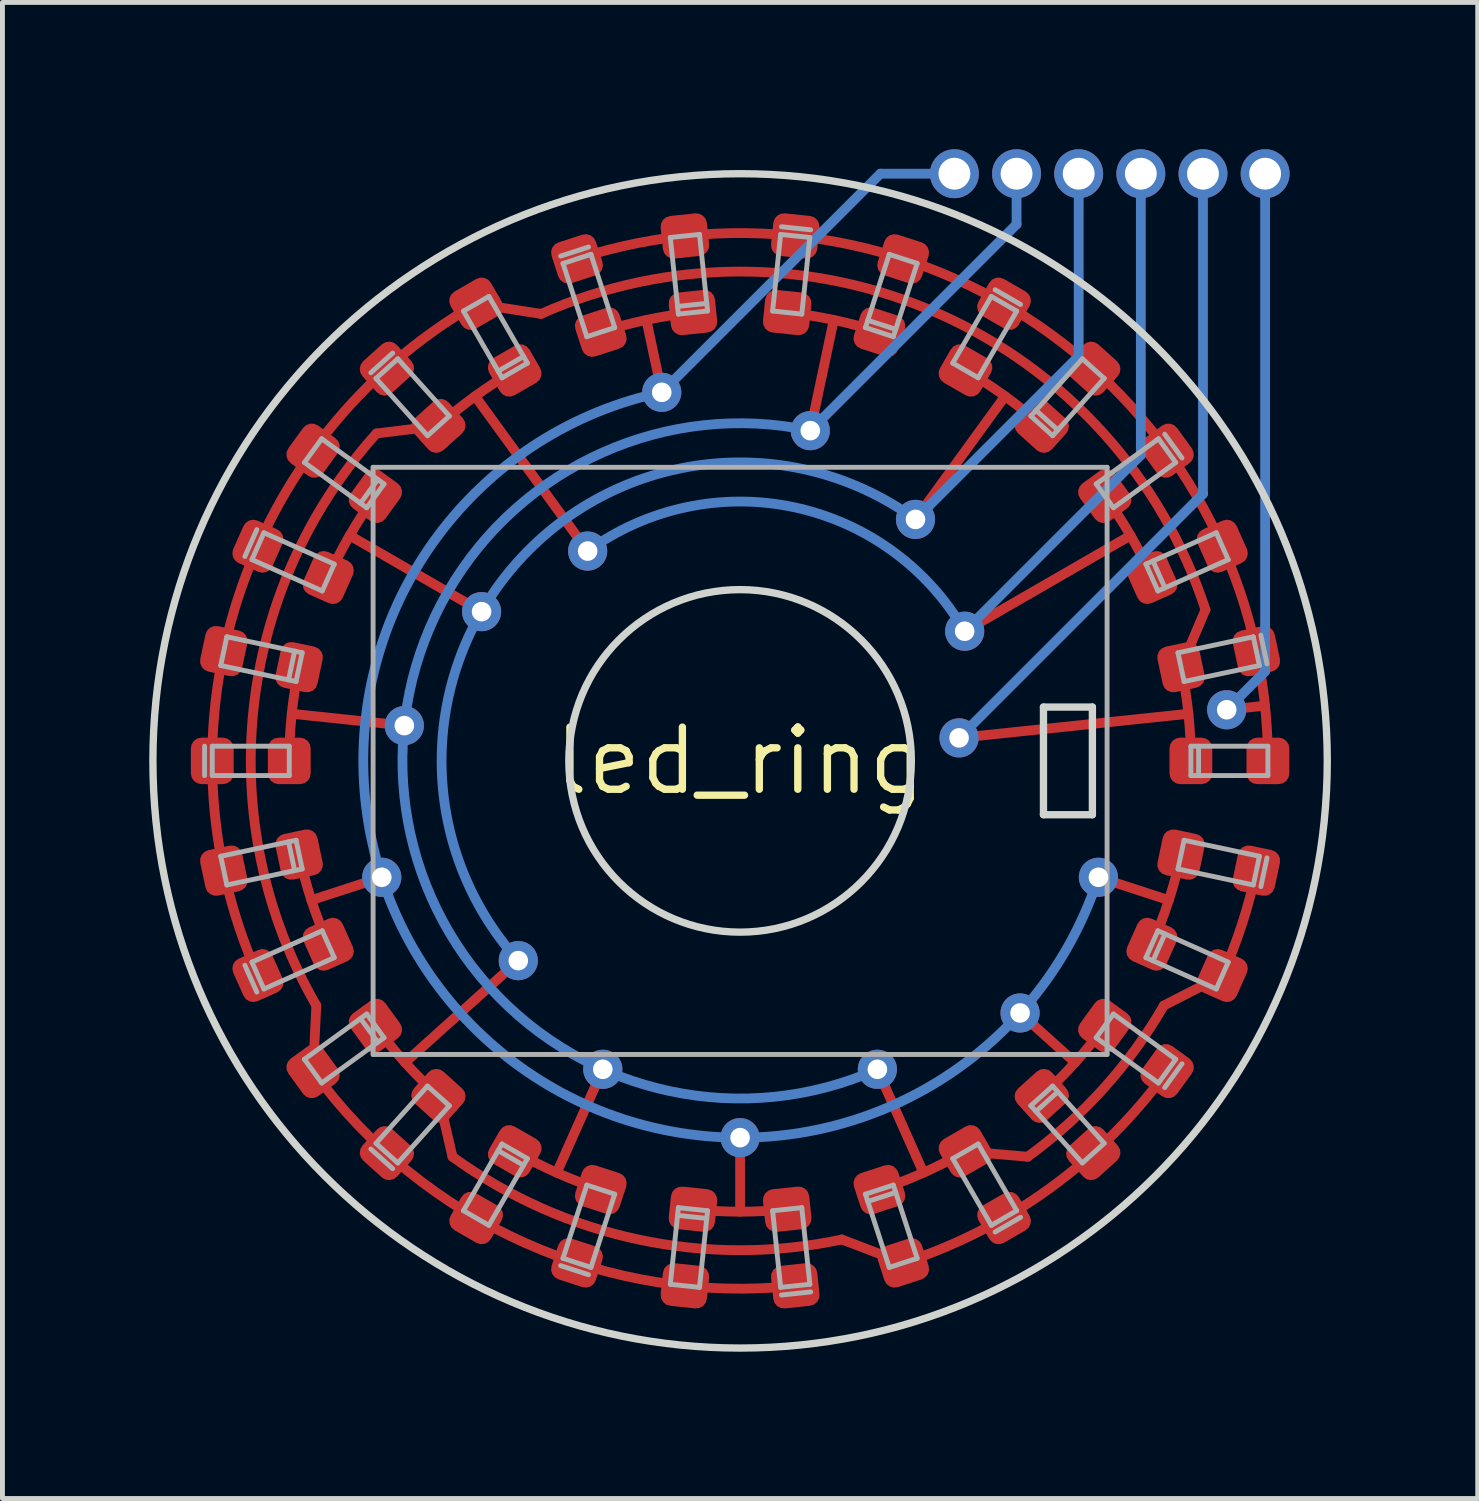
<source format=kicad_pcb>
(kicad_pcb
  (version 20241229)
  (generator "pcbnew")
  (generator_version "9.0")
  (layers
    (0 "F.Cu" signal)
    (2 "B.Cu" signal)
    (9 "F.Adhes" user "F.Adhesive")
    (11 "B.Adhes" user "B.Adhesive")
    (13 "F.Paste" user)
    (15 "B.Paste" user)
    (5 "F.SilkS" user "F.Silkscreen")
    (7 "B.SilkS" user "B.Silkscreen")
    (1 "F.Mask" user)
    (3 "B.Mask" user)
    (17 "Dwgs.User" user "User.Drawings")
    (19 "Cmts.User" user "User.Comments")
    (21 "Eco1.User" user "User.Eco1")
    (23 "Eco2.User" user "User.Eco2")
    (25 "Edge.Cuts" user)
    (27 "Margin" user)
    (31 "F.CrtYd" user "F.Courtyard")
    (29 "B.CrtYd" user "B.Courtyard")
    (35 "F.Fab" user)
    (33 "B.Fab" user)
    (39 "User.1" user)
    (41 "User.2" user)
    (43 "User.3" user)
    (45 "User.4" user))
  (footprint "led_ring"
    (layer "F.Cu")
    (at 12.075 12.5)
    (property "Reference" "led_ring" (at 0 0 0) (layer "F.SilkS") (effects (font (size 1.27 1.27) (thickness 0.15))))
    (attr smd)
    (fp_line (start -8.727 6.34) (end -8.66 5) (stroke (width 0.2) (type solid)) (layer "F.Cu"))
    (fp_line (start -7.323 2.379) (end -8.762 2.847) (stroke (width 0.2) (type solid)) (layer "F.Cu"))
    (fp_line (start -6.862 -0.721) (end -9.163 -0.963) (stroke (width 0.2) (type solid)) (layer "F.Cu"))
    (fp_line (start -6.165 -6.847) (end -7.431 -6.691) (stroke (width 0.2) (type solid)) (layer "F.Cu"))
    (fp_line (start -6.165 6.847) (end -5.878 8.09) (stroke (width 0.2) (type solid)) (layer "F.Cu"))
    (fp_line (start -5.394 -9.342) (end -4.067 -9.135) (stroke (width 0.2) (type solid)) (layer "F.Cu"))
    (fp_line (start -5.283 -3.05) (end -7.979 -4.606) (stroke (width 0.2) (type solid)) (layer "F.Cu"))
    (fp_line (start -4.533 4.082) (end -6.847 6.165) (stroke (width 0.2) (type solid)) (layer "F.Cu"))
    (fp_line (start -3.115 -4.288) (end -5.415 -7.453) (stroke (width 0.2) (type solid)) (layer "F.Cu"))
    (fp_line (start -2.806 6.303) (end -3.747 8.416) (stroke (width 0.2) (type solid)) (layer "F.Cu"))
    (fp_line (start -1.601 -7.532) (end -1.915 -9.012) (stroke (width 0.2) (type solid)) (layer "F.Cu"))
    (fp_line (start 0 7.7) (end 0 9.213) (stroke (width 0.2) (type solid)) (layer "F.Cu"))
    (fp_line (start 1.435 -6.749) (end 1.915 -9.012) (stroke (width 0.2) (type solid)) (layer "F.Cu"))
    (fp_line (start 2.806 6.303) (end 3.747 8.416) (stroke (width 0.2) (type solid)) (layer "F.Cu"))
    (fp_line (start 3.333 10.259) (end 2.079 9.781) (stroke (width 0.2) (type solid)) (layer "F.Cu"))
    (fp_line (start 3.585 -4.935) (end 5.415 -7.453) (stroke (width 0.2) (type solid)) (layer "F.Cu"))
    (fp_line (start 4.475 -0.47) (end 9.163 -0.963) (stroke (width 0.2) (type solid)) (layer "F.Cu"))
    (fp_line (start 4.59 -2.65) (end 7.979 -4.606) (stroke (width 0.2) (type solid)) (layer "F.Cu"))
    (fp_line (start 4.606 7.979) (end 5.878 8.09) (stroke (width 0.2) (type solid)) (layer "F.Cu"))
    (fp_line (start 5.722 5.152) (end 6.847 6.165) (stroke (width 0.2) (type solid)) (layer "F.Cu"))
    (fp_line (start 7.323 2.379) (end 8.762 2.847) (stroke (width 0.2) (type solid)) (layer "F.Cu"))
    (fp_line (start 9.012 -1.915) (end 9.511 -3.09) (stroke (width 0.2) (type solid)) (layer "F.Cu"))
    (fp_line (start 9.854 4.387) (end 8.66 5) (stroke (width 0.2) (type solid)) (layer "F.Cu"))
    (fp_line (start 10.728 -1.128) (end 9.945 -1.045) (stroke (width 0.2) (type solid)) (layer "F.Cu"))
    (fp_arc (start -9.854415 4.387468) (mid -10.259047 -3.333366) (end -5.3935 -9.341816) (stroke (width 0.2) (type solid)) (layer "F.Cu"))
    (fp_arc (start -9.213 0) (mid -9.16253 -0.963021) (end -9.011674 -1.91549) (stroke (width 0.2) (type solid)) (layer "F.Cu"))
    (fp_arc (start -8.660254 5) (mid -9.945219 -1.045285) (end -7.431448 -6.691306) (stroke (width 0.2) (type solid)) (layer "F.Cu"))
    (fp_arc (start -8.416494 -3.747265) (mid -7.978692 -4.6065) (end -7.453474 -5.415266) (stroke (width 0.2) (type solid)) (layer "F.Cu"))
    (fp_arc (start -8.416494 3.747265) (mid -8.762084 2.846974) (end -9.011674 1.91549) (stroke (width 0.2) (type solid)) (layer "F.Cu"))
    (fp_arc (start -6.1647 -6.846593) (mid -5.415266 -7.453474) (end -4.6065 -7.978692) (stroke (width 0.2) (type solid)) (layer "F.Cu"))
    (fp_arc (start -6.1647 6.846593) (mid -6.846593 6.1647) (end -7.453474 5.415266) (stroke (width 0.2) (type solid)) (layer "F.Cu"))
    (fp_arc (start -4.067366 -9.135455) (mid 4.067366 -9.135455) (end 9.510565 -3.09017) (stroke (width 0.2) (type solid)) (layer "F.Cu"))
    (fp_arc (start -3.333366 -10.259047) (mid 6.34044 -8.726866) (end 10.787 0) (stroke (width 0.2) (type solid)) (layer "F.Cu"))
    (fp_arc (start -2.846974 -8.762084) (mid -1.91549 -9.011674) (end -0.963021 -9.16253) (stroke (width 0.2) (type solid)) (layer "F.Cu"))
    (fp_arc (start -2.846974 8.762084) (mid -3.747265 8.416494) (end -4.6065 7.978692) (stroke (width 0.2) (type solid)) (layer "F.Cu"))
    (fp_arc (start 0.963021 -9.16253) (mid 1.91549 -9.011674) (end 2.846974 -8.762084) (stroke (width 0.2) (type solid)) (layer "F.Cu"))
    (fp_arc (start 0.963021 9.16253) (mid 0 9.213) (end -0.963021 9.16253) (stroke (width 0.2) (type solid)) (layer "F.Cu"))
    (fp_arc (start 1.127549 10.727908) (mid -4.387468 9.854415) (end -8.726866 6.34044) (stroke (width 0.2) (type solid)) (layer "F.Cu"))
    (fp_arc (start 2.079117 9.781476) (mid -2.079117 9.781476) (end -5.877853 8.09017) (stroke (width 0.2) (type solid)) (layer "F.Cu"))
    (fp_arc (start 4.6065 -7.978692) (mid 5.415266 -7.453474) (end 6.1647 -6.846593) (stroke (width 0.2) (type solid)) (layer "F.Cu"))
    (fp_arc (start 4.6065 7.978692) (mid 3.747265 8.416494) (end 2.846974 8.762084) (stroke (width 0.2) (type solid)) (layer "F.Cu"))
    (fp_arc (start 7.453474 -5.415266) (mid 7.978692 -4.6065) (end 8.416494 -3.747265) (stroke (width 0.2) (type solid)) (layer "F.Cu"))
    (fp_arc (start 7.453474 5.415266) (mid 6.846593 6.1647) (end 6.1647 6.846593) (stroke (width 0.2) (type solid)) (layer "F.Cu"))
    (fp_arc (start 8.660254 5) (mid 7.431448 6.691306) (end 5.877853 8.09017) (stroke (width 0.2) (type solid)) (layer "F.Cu"))
    (fp_arc (start 8.726866 6.34044) (mid 6.34044 8.726866) (end 3.333366 10.259047) (stroke (width 0.2) (type solid)) (layer "F.Cu"))
    (fp_arc (start 9.011674 -1.91549) (mid 9.16253 -0.963021) (end 9.213 0) (stroke (width 0.2) (type solid)) (layer "F.Cu"))
    (fp_arc (start 9.011674 1.91549) (mid 8.762084 2.846974) (end 8.416494 3.747265) (stroke (width 0.2) (type solid)) (layer "F.Cu"))
    (fp_arc (start 10.551278 2.242743) (mid 10.259047 3.333366) (end 9.854415 4.387468) (stroke (width 0.2) (type solid)) (layer "F.Cu"))
    (fp_line (start -1.601 -7.532) (end 2.867 -12) (stroke (width 0.2) (type solid)) (layer "B.Cu"))
    (fp_line (start 1.435 -6.749) (end 5.65 -10.965) (stroke (width 0.2) (type solid)) (layer "B.Cu"))
    (fp_line (start 2.867 -12) (end 4.38 -12) (stroke (width 0.2) (type solid)) (layer "B.Cu"))
    (fp_line (start 3.585 -4.935) (end 6.92 -8.27) (stroke (width 0.2) (type solid)) (layer "B.Cu"))
    (fp_line (start 4.475 -0.47) (end 9.46 -5.455) (stroke (width 0.2) (type solid)) (layer "B.Cu"))
    (fp_line (start 4.59 -2.65) (end 8.19 -6.25) (stroke (width 0.2) (type solid)) (layer "B.Cu"))
    (fp_line (start 5.65 -10.965) (end 5.65 -12) (stroke (width 0.2) (type solid)) (layer "B.Cu"))
    (fp_line (start 6.92 -8.27) (end 6.92 -12) (stroke (width 0.2) (type solid)) (layer "B.Cu"))
    (fp_line (start 8.19 -6.25) (end 8.19 -12) (stroke (width 0.2) (type solid)) (layer "B.Cu"))
    (fp_line (start 9.46 -5.455) (end 9.46 -12) (stroke (width 0.2) (type solid)) (layer "B.Cu"))
    (fp_line (start 9.945 -1.045) (end 10.73 -1.83) (stroke (width 0.2) (type solid)) (layer "B.Cu"))
    (fp_line (start 10.73 -1.83) (end 10.73 -12) (stroke (width 0.2) (type solid)) (layer "B.Cu"))
    (fp_arc (start -4.533183 4.081697) (mid -4.533183 -4.081697) (end 3.58549 -4.935004) (stroke (width 0.2) (type solid)) (layer "B.Cu"))
    (fp_arc (start -3.115262 -4.28779) (mid 1.101932 -5.184182) (end 4.589935 -2.65) (stroke (width 0.2) (type solid)) (layer "B.Cu"))
    (fp_arc (start 2.806483 6.303464) (mid -6.862201 0.721246) (end 1.434591 -6.749218) (stroke (width 0.2) (type solid)) (layer "B.Cu"))
    (fp_arc (start 4.475349 -0.470378) (mid 4.475349 -0.470378) (end 4.475349 -0.470378) (stroke (width 0.2) (type solid)) (layer "B.Cu"))
    (fp_arc (start 7.323135 2.379431) (mid -5.722215 5.152306) (end -1.60092 -7.531737) (stroke (width 0.2) (type solid)) (layer "B.Cu"))
    (fp_line (start 6.2 -1.1) (end 6.2 1.1) (stroke (width 0.15) (type solid)) (layer "Edge.Cuts"))
    (fp_line (start 6.2 1.1) (end 7.2 1.1) (stroke (width 0.15) (type solid)) (layer "Edge.Cuts"))
    (fp_line (start 7.2 -1.1) (end 6.2 -1.1) (stroke (width 0.15) (type solid)) (layer "Edge.Cuts"))
    (fp_line (start 7.2 1.1) (end 7.2 -1.1) (stroke (width 0.15) (type solid)) (layer "Edge.Cuts"))
    (fp_circle (center 0 0) (end 3.5 0) (stroke (width 0.15) (type solid)) (fill no) (layer "Edge.Cuts"))
    (fp_circle (center 0 0) (end 12 0) (stroke (width 0.15) (type solid)) (fill no) (layer "Edge.Cuts"))
    (fp_line (start -10.944 0.3) (end -10.944 -0.3) (stroke (width 0.1) (type solid)) (layer "F.Fab"))
    (fp_line (start -10.787 -0.3) (end -10.787 0.3) (stroke (width 0.1) (type solid)) (layer "F.Fab"))
    (fp_line (start -10.787 0.3) (end -9.213 0.3) (stroke (width 0.1) (type solid)) (layer "F.Fab"))
    (fp_line (start -10.614 -1.949) (end -9.074 -1.622) (stroke (width 0.1) (type solid)) (layer "F.Fab"))
    (fp_line (start -10.614 1.949) (end -10.489 2.536) (stroke (width 0.1) (type solid)) (layer "F.Fab"))
    (fp_line (start -10.489 -2.536) (end -10.614 -1.949) (stroke (width 0.1) (type solid)) (layer "F.Fab"))
    (fp_line (start -10.489 2.536) (end -8.949 2.209) (stroke (width 0.1) (type solid)) (layer "F.Fab"))
    (fp_line (start -10.12 -4.177) (end -9.876 -4.726) (stroke (width 0.1) (type solid)) (layer "F.Fab"))
    (fp_line (start -9.976 -4.113) (end -8.539 -3.473) (stroke (width 0.1) (type solid)) (layer "F.Fab"))
    (fp_line (start -9.976 4.113) (end -9.732 4.662) (stroke (width 0.1) (type solid)) (layer "F.Fab"))
    (fp_line (start -9.876 4.726) (end -10.12 4.177) (stroke (width 0.1) (type solid)) (layer "F.Fab"))
    (fp_line (start -9.732 -4.662) (end -9.976 -4.113) (stroke (width 0.1) (type solid)) (layer "F.Fab"))
    (fp_line (start -9.732 4.662) (end -8.294 4.021) (stroke (width 0.1) (type solid)) (layer "F.Fab"))
    (fp_line (start -9.228 -1.655) (end -9.103 -2.242) (stroke (width 0.1) (type solid)) (layer "F.Fab"))
    (fp_line (start -9.213 -0.3) (end -10.787 -0.3) (stroke (width 0.1) (type solid)) (layer "F.Fab"))
    (fp_line (start -9.213 0.3) (end -9.213 -0.3) (stroke (width 0.1) (type solid)) (layer "F.Fab"))
    (fp_line (start -9.103 2.242) (end -9.228 1.655) (stroke (width 0.1) (type solid)) (layer "F.Fab"))
    (fp_line (start -9.074 -1.622) (end -8.949 -2.209) (stroke (width 0.1) (type solid)) (layer "F.Fab"))
    (fp_line (start -9.074 1.622) (end -10.614 1.949) (stroke (width 0.1) (type solid)) (layer "F.Fab"))
    (fp_line (start -8.949 -2.209) (end -10.489 -2.536) (stroke (width 0.1) (type solid)) (layer "F.Fab"))
    (fp_line (start -8.949 2.209) (end -9.074 1.622) (stroke (width 0.1) (type solid)) (layer "F.Fab"))
    (fp_line (start -8.903 -6.098) (end -7.63 -5.173) (stroke (width 0.1) (type solid)) (layer "F.Fab"))
    (fp_line (start -8.903 6.098) (end -8.551 6.583) (stroke (width 0.1) (type solid)) (layer "F.Fab"))
    (fp_line (start -8.551 -6.583) (end -8.903 -6.098) (stroke (width 0.1) (type solid)) (layer "F.Fab"))
    (fp_line (start -8.551 6.583) (end -7.277 5.658) (stroke (width 0.1) (type solid)) (layer "F.Fab"))
    (fp_line (start -8.539 -3.473) (end -8.294 -4.021) (stroke (width 0.1) (type solid)) (layer "F.Fab"))
    (fp_line (start -8.539 3.473) (end -9.976 4.113) (stroke (width 0.1) (type solid)) (layer "F.Fab"))
    (fp_line (start -8.294 -4.021) (end -9.732 -4.662) (stroke (width 0.1) (type solid)) (layer "F.Fab"))
    (fp_line (start -8.294 4.021) (end -8.539 3.473) (stroke (width 0.1) (type solid)) (layer "F.Fab"))
    (fp_line (start -7.757 -5.265) (end -7.404 -5.75) (stroke (width 0.1) (type solid)) (layer "F.Fab"))
    (fp_line (start -7.63 -5.173) (end -7.277 -5.658) (stroke (width 0.1) (type solid)) (layer "F.Fab"))
    (fp_line (start -7.63 5.173) (end -8.903 6.098) (stroke (width 0.1) (type solid)) (layer "F.Fab"))
    (fp_line (start -7.546 -7.933) (end -7.1 -8.334) (stroke (width 0.1) (type solid)) (layer "F.Fab"))
    (fp_line (start -7.5 -6) (end -7.5 6) (stroke (width 0.1) (type solid)) (layer "F.Fab"))
    (fp_line (start -7.5 6) (end 7.5 6) (stroke (width 0.1) (type solid)) (layer "F.Fab"))
    (fp_line (start -7.441 -7.816) (end -6.388 -6.646) (stroke (width 0.1) (type solid)) (layer "F.Fab"))
    (fp_line (start -7.441 7.816) (end -6.995 8.217) (stroke (width 0.1) (type solid)) (layer "F.Fab"))
    (fp_line (start -7.404 5.75) (end -7.757 5.265) (stroke (width 0.1) (type solid)) (layer "F.Fab"))
    (fp_line (start -7.277 -5.658) (end -8.551 -6.583) (stroke (width 0.1) (type solid)) (layer "F.Fab"))
    (fp_line (start -7.277 5.658) (end -7.63 5.173) (stroke (width 0.1) (type solid)) (layer "F.Fab"))
    (fp_line (start -7.1 8.334) (end -7.546 7.933) (stroke (width 0.1) (type solid)) (layer "F.Fab"))
    (fp_line (start -6.995 -8.217) (end -7.441 -7.816) (stroke (width 0.1) (type solid)) (layer "F.Fab"))
    (fp_line (start -6.995 8.217) (end -5.942 7.047) (stroke (width 0.1) (type solid)) (layer "F.Fab"))
    (fp_line (start -6.388 -6.646) (end -5.942 -7.047) (stroke (width 0.1) (type solid)) (layer "F.Fab"))
    (fp_line (start -6.388 6.646) (end -7.441 7.816) (stroke (width 0.1) (type solid)) (layer "F.Fab"))
    (fp_line (start -5.942 -7.047) (end -6.995 -8.217) (stroke (width 0.1) (type solid)) (layer "F.Fab"))
    (fp_line (start -5.942 7.047) (end -6.388 6.646) (stroke (width 0.1) (type solid)) (layer "F.Fab"))
    (fp_line (start -5.653 -9.192) (end -4.866 -7.829) (stroke (width 0.1) (type solid)) (layer "F.Fab"))
    (fp_line (start -5.653 9.192) (end -5.134 9.492) (stroke (width 0.1) (type solid)) (layer "F.Fab"))
    (fp_line (start -5.134 -9.492) (end -5.653 -9.192) (stroke (width 0.1) (type solid)) (layer "F.Fab"))
    (fp_line (start -5.134 9.492) (end -4.347 8.129) (stroke (width 0.1) (type solid)) (layer "F.Fab"))
    (fp_line (start -4.945 -7.965) (end -4.425 -8.265) (stroke (width 0.1) (type solid)) (layer "F.Fab"))
    (fp_line (start -4.866 -7.829) (end -4.347 -8.129) (stroke (width 0.1) (type solid)) (layer "F.Fab"))
    (fp_line (start -4.866 7.829) (end -5.653 9.192) (stroke (width 0.1) (type solid)) (layer "F.Fab"))
    (fp_line (start -4.425 8.265) (end -4.945 7.965) (stroke (width 0.1) (type solid)) (layer "F.Fab"))
    (fp_line (start -4.347 -8.129) (end -5.134 -9.492) (stroke (width 0.1) (type solid)) (layer "F.Fab"))
    (fp_line (start -4.347 8.129) (end -4.866 7.829) (stroke (width 0.1) (type solid)) (layer "F.Fab"))
    (fp_line (start -3.667 -10.316) (end -3.097 -10.501) (stroke (width 0.1) (type solid)) (layer "F.Fab"))
    (fp_line (start -3.619 -10.166) (end -3.132 -8.669) (stroke (width 0.1) (type solid)) (layer "F.Fab"))
    (fp_line (start -3.619 10.166) (end -3.048 10.352) (stroke (width 0.1) (type solid)) (layer "F.Fab"))
    (fp_line (start -3.132 -8.669) (end -2.562 -8.855) (stroke (width 0.1) (type solid)) (layer "F.Fab"))
    (fp_line (start -3.132 8.669) (end -3.619 10.166) (stroke (width 0.1) (type solid)) (layer "F.Fab"))
    (fp_line (start -3.097 10.501) (end -3.667 10.316) (stroke (width 0.1) (type solid)) (layer "F.Fab"))
    (fp_line (start -3.048 -10.352) (end -3.619 -10.166) (stroke (width 0.1) (type solid)) (layer "F.Fab"))
    (fp_line (start -3.048 10.352) (end -2.562 8.855) (stroke (width 0.1) (type solid)) (layer "F.Fab"))
    (fp_line (start -2.562 -8.855) (end -3.048 -10.352) (stroke (width 0.1) (type solid)) (layer "F.Fab"))
    (fp_line (start -2.562 8.855) (end -3.132 8.669) (stroke (width 0.1) (type solid)) (layer "F.Fab"))
    (fp_line (start -1.426 -10.697) (end -1.261 -9.131) (stroke (width 0.1) (type solid)) (layer "F.Fab"))
    (fp_line (start -1.426 10.697) (end -0.829 10.759) (stroke (width 0.1) (type solid)) (layer "F.Fab"))
    (fp_line (start -1.278 -9.288) (end -0.681 -9.35) (stroke (width 0.1) (type solid)) (layer "F.Fab"))
    (fp_line (start -1.261 -9.131) (end -0.665 -9.194) (stroke (width 0.1) (type solid)) (layer "F.Fab"))
    (fp_line (start -1.261 9.131) (end -1.426 10.697) (stroke (width 0.1) (type solid)) (layer "F.Fab"))
    (fp_line (start -0.829 -10.759) (end -1.426 -10.697) (stroke (width 0.1) (type solid)) (layer "F.Fab"))
    (fp_line (start -0.829 10.759) (end -0.665 9.194) (stroke (width 0.1) (type solid)) (layer "F.Fab"))
    (fp_line (start -0.681 9.35) (end -1.278 9.288) (stroke (width 0.1) (type solid)) (layer "F.Fab"))
    (fp_line (start -0.665 -9.194) (end -0.829 -10.759) (stroke (width 0.1) (type solid)) (layer "F.Fab"))
    (fp_line (start -0.665 9.194) (end -1.261 9.131) (stroke (width 0.1) (type solid)) (layer "F.Fab"))
    (fp_line (start 0.665 -9.194) (end 1.261 -9.131) (stroke (width 0.1) (type solid)) (layer "F.Fab"))
    (fp_line (start 0.665 9.194) (end 0.829 10.759) (stroke (width 0.1) (type solid)) (layer "F.Fab"))
    (fp_line (start 0.829 -10.759) (end 0.665 -9.194) (stroke (width 0.1) (type solid)) (layer "F.Fab"))
    (fp_line (start 0.829 10.759) (end 1.426 10.697) (stroke (width 0.1) (type solid)) (layer "F.Fab"))
    (fp_line (start 0.846 -10.916) (end 1.442 -10.853) (stroke (width 0.1) (type solid)) (layer "F.Fab"))
    (fp_line (start 1.261 -9.131) (end 1.426 -10.697) (stroke (width 0.1) (type solid)) (layer "F.Fab"))
    (fp_line (start 1.261 9.131) (end 0.665 9.194) (stroke (width 0.1) (type solid)) (layer "F.Fab"))
    (fp_line (start 1.426 -10.697) (end 0.829 -10.759) (stroke (width 0.1) (type solid)) (layer "F.Fab"))
    (fp_line (start 1.426 10.697) (end 1.261 9.131) (stroke (width 0.1) (type solid)) (layer "F.Fab"))
    (fp_line (start 1.442 10.853) (end 0.846 10.916) (stroke (width 0.1) (type solid)) (layer "F.Fab"))
    (fp_line (start 2.562 -8.855) (end 3.132 -8.669) (stroke (width 0.1) (type solid)) (layer "F.Fab"))
    (fp_line (start 2.562 8.855) (end 3.048 10.352) (stroke (width 0.1) (type solid)) (layer "F.Fab"))
    (fp_line (start 2.61 -9.004) (end 3.181 -8.819) (stroke (width 0.1) (type solid)) (layer "F.Fab"))
    (fp_line (start 3.048 -10.352) (end 2.562 -8.855) (stroke (width 0.1) (type solid)) (layer "F.Fab"))
    (fp_line (start 3.048 10.352) (end 3.619 10.166) (stroke (width 0.1) (type solid)) (layer "F.Fab"))
    (fp_line (start 3.132 -8.669) (end 3.619 -10.166) (stroke (width 0.1) (type solid)) (layer "F.Fab"))
    (fp_line (start 3.132 8.669) (end 2.562 8.855) (stroke (width 0.1) (type solid)) (layer "F.Fab"))
    (fp_line (start 3.181 8.819) (end 2.61 9.004) (stroke (width 0.1) (type solid)) (layer "F.Fab"))
    (fp_line (start 3.619 -10.166) (end 3.048 -10.352) (stroke (width 0.1) (type solid)) (layer "F.Fab"))
    (fp_line (start 3.619 10.166) (end 3.132 8.669) (stroke (width 0.1) (type solid)) (layer "F.Fab"))
    (fp_line (start 4.347 -8.129) (end 4.866 -7.829) (stroke (width 0.1) (type solid)) (layer "F.Fab"))
    (fp_line (start 4.347 8.129) (end 5.134 9.492) (stroke (width 0.1) (type solid)) (layer "F.Fab"))
    (fp_line (start 4.866 -7.829) (end 5.653 -9.192) (stroke (width 0.1) (type solid)) (layer "F.Fab"))
    (fp_line (start 4.866 7.829) (end 4.347 8.129) (stroke (width 0.1) (type solid)) (layer "F.Fab"))
    (fp_line (start 5.134 -9.492) (end 4.347 -8.129) (stroke (width 0.1) (type solid)) (layer "F.Fab"))
    (fp_line (start 5.134 9.492) (end 5.653 9.192) (stroke (width 0.1) (type solid)) (layer "F.Fab"))
    (fp_line (start 5.212 -9.628) (end 5.732 -9.328) (stroke (width 0.1) (type solid)) (layer "F.Fab"))
    (fp_line (start 5.653 -9.192) (end 5.134 -9.492) (stroke (width 0.1) (type solid)) (layer "F.Fab"))
    (fp_line (start 5.653 9.192) (end 4.866 7.829) (stroke (width 0.1) (type solid)) (layer "F.Fab"))
    (fp_line (start 5.732 9.328) (end 5.212 9.628) (stroke (width 0.1) (type solid)) (layer "F.Fab"))
    (fp_line (start 5.942 -7.047) (end 6.388 -6.646) (stroke (width 0.1) (type solid)) (layer "F.Fab"))
    (fp_line (start 5.942 7.047) (end 6.995 8.217) (stroke (width 0.1) (type solid)) (layer "F.Fab"))
    (fp_line (start 6.047 -7.164) (end 6.493 -6.763) (stroke (width 0.1) (type solid)) (layer "F.Fab"))
    (fp_line (start 6.388 -6.646) (end 7.441 -7.816) (stroke (width 0.1) (type solid)) (layer "F.Fab"))
    (fp_line (start 6.388 6.646) (end 5.942 7.047) (stroke (width 0.1) (type solid)) (layer "F.Fab"))
    (fp_line (start 6.493 6.763) (end 6.047 7.164) (stroke (width 0.1) (type solid)) (layer "F.Fab"))
    (fp_line (start 6.995 -8.217) (end 5.942 -7.047) (stroke (width 0.1) (type solid)) (layer "F.Fab"))
    (fp_line (start 6.995 8.217) (end 7.441 7.816) (stroke (width 0.1) (type solid)) (layer "F.Fab"))
    (fp_line (start 7.277 -5.658) (end 7.63 -5.173) (stroke (width 0.1) (type solid)) (layer "F.Fab"))
    (fp_line (start 7.277 5.658) (end 8.551 6.583) (stroke (width 0.1) (type solid)) (layer "F.Fab"))
    (fp_line (start 7.441 -7.816) (end 6.995 -8.217) (stroke (width 0.1) (type solid)) (layer "F.Fab"))
    (fp_line (start 7.441 7.816) (end 6.388 6.646) (stroke (width 0.1) (type solid)) (layer "F.Fab"))
    (fp_line (start 7.5 -6) (end -7.5 -6) (stroke (width 0.1) (type solid)) (layer "F.Fab"))
    (fp_line (start 7.5 6) (end 7.5 -6) (stroke (width 0.1) (type solid)) (layer "F.Fab"))
    (fp_line (start 7.63 -5.173) (end 8.903 -6.098) (stroke (width 0.1) (type solid)) (layer "F.Fab"))
    (fp_line (start 7.63 5.173) (end 7.277 5.658) (stroke (width 0.1) (type solid)) (layer "F.Fab"))
    (fp_line (start 8.294 -4.021) (end 8.539 -3.473) (stroke (width 0.1) (type solid)) (layer "F.Fab"))
    (fp_line (start 8.294 4.021) (end 9.732 4.662) (stroke (width 0.1) (type solid)) (layer "F.Fab"))
    (fp_line (start 8.438 -4.085) (end 8.682 -3.537) (stroke (width 0.1) (type solid)) (layer "F.Fab"))
    (fp_line (start 8.539 -3.473) (end 9.976 -4.113) (stroke (width 0.1) (type solid)) (layer "F.Fab"))
    (fp_line (start 8.539 3.473) (end 8.294 4.021) (stroke (width 0.1) (type solid)) (layer "F.Fab"))
    (fp_line (start 8.551 -6.583) (end 7.277 -5.658) (stroke (width 0.1) (type solid)) (layer "F.Fab"))
    (fp_line (start 8.551 6.583) (end 8.903 6.098) (stroke (width 0.1) (type solid)) (layer "F.Fab"))
    (fp_line (start 8.678 -6.676) (end 9.031 -6.19) (stroke (width 0.1) (type solid)) (layer "F.Fab"))
    (fp_line (start 8.682 3.537) (end 8.438 4.085) (stroke (width 0.1) (type solid)) (layer "F.Fab"))
    (fp_line (start 8.903 -6.098) (end 8.551 -6.583) (stroke (width 0.1) (type solid)) (layer "F.Fab"))
    (fp_line (start 8.903 6.098) (end 7.63 5.173) (stroke (width 0.1) (type solid)) (layer "F.Fab"))
    (fp_line (start 8.949 -2.209) (end 9.074 -1.622) (stroke (width 0.1) (type solid)) (layer "F.Fab"))
    (fp_line (start 8.949 2.209) (end 10.489 2.536) (stroke (width 0.1) (type solid)) (layer "F.Fab"))
    (fp_line (start 9.031 6.19) (end 8.678 6.676) (stroke (width 0.1) (type solid)) (layer "F.Fab"))
    (fp_line (start 9.074 -1.622) (end 10.614 -1.949) (stroke (width 0.1) (type solid)) (layer "F.Fab"))
    (fp_line (start 9.074 1.622) (end 8.949 2.209) (stroke (width 0.1) (type solid)) (layer "F.Fab"))
    (fp_line (start 9.213 -0.3) (end 9.213 0.3) (stroke (width 0.1) (type solid)) (layer "F.Fab"))
    (fp_line (start 9.213 0.3) (end 10.787 0.3) (stroke (width 0.1) (type solid)) (layer "F.Fab"))
    (fp_line (start 9.37 -0.3) (end 9.37 0.3) (stroke (width 0.1) (type solid)) (layer "F.Fab"))
    (fp_line (start 9.732 -4.662) (end 8.294 -4.021) (stroke (width 0.1) (type solid)) (layer "F.Fab"))
    (fp_line (start 9.732 4.662) (end 9.976 4.113) (stroke (width 0.1) (type solid)) (layer "F.Fab"))
    (fp_line (start 9.976 -4.113) (end 9.732 -4.662) (stroke (width 0.1) (type solid)) (layer "F.Fab"))
    (fp_line (start 9.976 4.113) (end 8.539 3.473) (stroke (width 0.1) (type solid)) (layer "F.Fab"))
    (fp_line (start 10.489 -2.536) (end 8.949 -2.209) (stroke (width 0.1) (type solid)) (layer "F.Fab"))
    (fp_line (start 10.489 2.536) (end 10.614 1.949) (stroke (width 0.1) (type solid)) (layer "F.Fab"))
    (fp_line (start 10.614 -1.949) (end 10.489 -2.536) (stroke (width 0.1) (type solid)) (layer "F.Fab"))
    (fp_line (start 10.614 1.949) (end 9.074 1.622) (stroke (width 0.1) (type solid)) (layer "F.Fab"))
    (fp_line (start 10.643 -2.569) (end 10.768 -1.982) (stroke (width 0.1) (type solid)) (layer "F.Fab"))
    (fp_line (start 10.768 1.982) (end 10.643 2.569) (stroke (width 0.1) (type solid)) (layer "F.Fab"))
    (fp_line (start 10.787 -0.3) (end 9.213 -0.3) (stroke (width 0.1) (type solid)) (layer "F.Fab"))
    (fp_line (start 10.787 0.3) (end 10.787 -0.3) (stroke (width 0.1) (type solid)) (layer "F.Fab"))
    (pad "" smd roundrect (at -10.787 0 180) (size 0.875 0.95) (layers "F.Cu" "F.Mask" "F.Paste") (roundrect_rratio 0.25))
    (pad "" smd roundrect (at -10.551 -2.243 168) (size 0.875 0.95) (layers "F.Cu" "F.Mask" "F.Paste") (roundrect_rratio 0.25))
    (pad "" smd roundrect (at -10.551 2.243 192) (size 0.875 0.95) (layers "F.Cu" "F.Mask" "F.Paste") (roundrect_rratio 0.25))
    (pad "" smd roundrect (at -9.854 -4.387 156) (size 0.875 0.95) (layers "F.Cu" "F.Mask" "F.Paste") (roundrect_rratio 0.25))
    (pad "" smd roundrect (at -9.854 4.387 204) (size 0.875 0.95) (layers "F.Cu" "F.Mask" "F.Paste") (roundrect_rratio 0.25))
    (pad "" smd roundrect (at -9.213 0 180) (size 0.875 0.95) (layers "F.Cu" "F.Mask" "F.Paste") (roundrect_rratio 0.25))
    (pad "" smd roundrect (at -9.012 -1.915 168) (size 0.875 0.95) (layers "F.Cu" "F.Mask" "F.Paste") (roundrect_rratio 0.25))
    (pad "" smd roundrect (at -9.012 1.915 192) (size 0.875 0.95) (layers "F.Cu" "F.Mask" "F.Paste") (roundrect_rratio 0.25))
    (pad "" smd roundrect (at -8.727 -6.34 144) (size 0.875 0.95) (layers "F.Cu" "F.Mask" "F.Paste") (roundrect_rratio 0.25))
    (pad "" smd roundrect (at -8.727 6.34 216) (size 0.875 0.95) (layers "F.Cu" "F.Mask" "F.Paste") (roundrect_rratio 0.25))
    (pad "" smd roundrect (at -8.416 -3.747 156) (size 0.875 0.95) (layers "F.Cu" "F.Mask" "F.Paste") (roundrect_rratio 0.25))
    (pad "" smd roundrect (at -8.416 3.747 204) (size 0.875 0.95) (layers "F.Cu" "F.Mask" "F.Paste") (roundrect_rratio 0.25))
    (pad "" smd roundrect (at -7.453 -5.415 144) (size 0.875 0.95) (layers "F.Cu" "F.Mask" "F.Paste") (roundrect_rratio 0.25))
    (pad "" smd roundrect (at -7.453 5.415 216) (size 0.875 0.95) (layers "F.Cu" "F.Mask" "F.Paste") (roundrect_rratio 0.25))
    (pad "" thru_hole circle (at -7.323 2.379 198) (size 0.8 0.8) (drill 0.4) (layers "*.Cu" "*.Mask"))
    (pad "" smd roundrect (at -7.218 -8.016 132) (size 0.875 0.95) (layers "F.Cu" "F.Mask" "F.Paste") (roundrect_rratio 0.25))
    (pad "" smd roundrect (at -7.218 8.016 228) (size 0.875 0.95) (layers "F.Cu" "F.Mask" "F.Paste") (roundrect_rratio 0.25))
    (pad "" thru_hole circle (at -6.862 -0.721 174) (size 0.8 0.8) (drill 0.4) (layers "*.Cu" "*.Mask"))
    (pad "" smd roundrect (at -6.165 -6.847 132) (size 0.875 0.95) (layers "F.Cu" "F.Mask" "F.Paste") (roundrect_rratio 0.25))
    (pad "" smd roundrect (at -6.165 6.847 228) (size 0.875 0.95) (layers "F.Cu" "F.Mask" "F.Paste") (roundrect_rratio 0.25))
    (pad "" smd roundrect (at -5.394 -9.342 120) (size 0.875 0.95) (layers "F.Cu" "F.Mask" "F.Paste") (roundrect_rratio 0.25))
    (pad "" smd roundrect (at -5.394 9.342 240) (size 0.875 0.95) (layers "F.Cu" "F.Mask" "F.Paste") (roundrect_rratio 0.25))
    (pad "" thru_hole circle (at -5.283 -3.05 150) (size 0.8 0.8) (drill 0.4) (layers "*.Cu" "*.Mask"))
    (pad "" smd roundrect (at -4.606 -7.979 120) (size 0.875 0.95) (layers "F.Cu" "F.Mask" "F.Paste") (roundrect_rratio 0.25))
    (pad "" smd roundrect (at -4.606 7.979 240) (size 0.875 0.95) (layers "F.Cu" "F.Mask" "F.Paste") (roundrect_rratio 0.25))
    (pad "" thru_hole circle (at -4.533 4.082 222) (size 0.8 0.8) (drill 0.4) (layers "*.Cu" "*.Mask"))
    (pad "" smd roundrect (at -3.333 -10.259 108) (size 0.875 0.95) (layers "F.Cu" "F.Mask" "F.Paste") (roundrect_rratio 0.25))
    (pad "" smd roundrect (at -3.333 10.259 252) (size 0.875 0.95) (layers "F.Cu" "F.Mask" "F.Paste") (roundrect_rratio 0.25))
    (pad "" thru_hole circle (at -3.115 -4.288 126) (size 0.8 0.8) (drill 0.4) (layers "*.Cu" "*.Mask"))
    (pad "" smd roundrect (at -2.847 -8.762 108) (size 0.875 0.95) (layers "F.Cu" "F.Mask" "F.Paste") (roundrect_rratio 0.25))
    (pad "" smd roundrect (at -2.847 8.762 252) (size 0.875 0.95) (layers "F.Cu" "F.Mask" "F.Paste") (roundrect_rratio 0.25))
    (pad "" thru_hole circle (at -2.806 6.303 246) (size 0.8 0.8) (drill 0.4) (layers "*.Cu" "*.Mask"))
    (pad "" thru_hole circle (at -1.601 -7.532 102) (size 0.8 0.8) (drill 0.4) (layers "*.Cu" "*.Mask"))
    (pad "" smd roundrect (at -1.128 -10.728 96) (size 0.875 0.95) (layers "F.Cu" "F.Mask" "F.Paste") (roundrect_rratio 0.25))
    (pad "" smd roundrect (at -1.128 10.728 264) (size 0.875 0.95) (layers "F.Cu" "F.Mask" "F.Paste") (roundrect_rratio 0.25))
    (pad "" smd roundrect (at -0.963 -9.163 96) (size 0.875 0.95) (layers "F.Cu" "F.Mask" "F.Paste") (roundrect_rratio 0.25))
    (pad "" smd roundrect (at -0.963 9.163 264) (size 0.875 0.95) (layers "F.Cu" "F.Mask" "F.Paste") (roundrect_rratio 0.25))
    (pad "" thru_hole circle (at 0 7.7 270) (size 0.8 0.8) (drill 0.4) (layers "*.Cu" "*.Mask"))
    (pad "" smd roundrect (at 0.963 -9.163 84) (size 0.875 0.95) (layers "F.Cu" "F.Mask" "F.Paste") (roundrect_rratio 0.25))
    (pad "" smd roundrect (at 0.963 9.163 276) (size 0.875 0.95) (layers "F.Cu" "F.Mask" "F.Paste") (roundrect_rratio 0.25))
    (pad "" smd roundrect (at 1.128 -10.728 84) (size 0.875 0.95) (layers "F.Cu" "F.Mask" "F.Paste") (roundrect_rratio 0.25))
    (pad "" smd roundrect (at 1.128 10.728 276) (size 0.875 0.95) (layers "F.Cu" "F.Mask" "F.Paste") (roundrect_rratio 0.25))
    (pad "" thru_hole circle (at 1.435 -6.749 78) (size 0.8 0.8) (drill 0.4) (layers "*.Cu" "*.Mask"))
    (pad "" thru_hole circle (at 2.806 6.303 294) (size 0.8 0.8) (drill 0.4) (layers "*.Cu" "*.Mask"))
    (pad "" smd roundrect (at 2.847 -8.762 72) (size 0.875 0.95) (layers "F.Cu" "F.Mask" "F.Paste") (roundrect_rratio 0.25))
    (pad "" smd roundrect (at 2.847 8.762 288) (size 0.875 0.95) (layers "F.Cu" "F.Mask" "F.Paste") (roundrect_rratio 0.25))
    (pad "" smd roundrect (at 3.333 -10.259 72) (size 0.875 0.95) (layers "F.Cu" "F.Mask" "F.Paste") (roundrect_rratio 0.25))
    (pad "" smd roundrect (at 3.333 10.259 288) (size 0.875 0.95) (layers "F.Cu" "F.Mask" "F.Paste") (roundrect_rratio 0.25))
    (pad "" thru_hole circle (at 3.585 -4.935 54) (size 0.8 0.8) (drill 0.4) (layers "*.Cu" "*.Mask"))
    (pad "" thru_hole circle (at 4.38 -12) (size 1 1) (drill 0.65) (layers "*.Cu" "*.Mask"))
    (pad "" thru_hole circle (at 4.475 -0.47 6) (size 0.8 0.8) (drill 0.4) (layers "*.Cu" "*.Mask"))
    (pad "" thru_hole circle (at 4.59 -2.65 30) (size 0.8 0.8) (drill 0.4) (layers "*.Cu" "*.Mask"))
    (pad "" smd roundrect (at 4.606 -7.979 60) (size 0.875 0.95) (layers "F.Cu" "F.Mask" "F.Paste") (roundrect_rratio 0.25))
    (pad "" smd roundrect (at 4.606 7.979 300) (size 0.875 0.95) (layers "F.Cu" "F.Mask" "F.Paste") (roundrect_rratio 0.25))
    (pad "" smd roundrect (at 5.394 -9.342 60) (size 0.875 0.95) (layers "F.Cu" "F.Mask" "F.Paste") (roundrect_rratio 0.25))
    (pad "" smd roundrect (at 5.394 9.342 300) (size 0.875 0.95) (layers "F.Cu" "F.Mask" "F.Paste") (roundrect_rratio 0.25))
    (pad "" thru_hole circle (at 5.65 -12) (size 1 1) (drill 0.65) (layers "*.Cu" "*.Mask"))
    (pad "" thru_hole circle (at 5.722 5.152 318) (size 0.8 0.8) (drill 0.4) (layers "*.Cu" "*.Mask"))
    (pad "" smd roundrect (at 6.165 -6.847 48) (size 0.875 0.95) (layers "F.Cu" "F.Mask" "F.Paste") (roundrect_rratio 0.25))
    (pad "" smd roundrect (at 6.165 6.847 312) (size 0.875 0.95) (layers "F.Cu" "F.Mask" "F.Paste") (roundrect_rratio 0.25))
    (pad "" thru_hole circle (at 6.92 -12) (size 1 1) (drill 0.65) (layers "*.Cu" "*.Mask"))
    (pad "" smd roundrect (at 7.218 -8.016 48) (size 0.875 0.95) (layers "F.Cu" "F.Mask" "F.Paste") (roundrect_rratio 0.25))
    (pad "" smd roundrect (at 7.218 8.016 312) (size 0.875 0.95) (layers "F.Cu" "F.Mask" "F.Paste") (roundrect_rratio 0.25))
    (pad "" thru_hole circle (at 7.323 2.379 342) (size 0.8 0.8) (drill 0.4) (layers "*.Cu" "*.Mask"))
    (pad "" smd roundrect (at 7.453 -5.415 36) (size 0.875 0.95) (layers "F.Cu" "F.Mask" "F.Paste") (roundrect_rratio 0.25))
    (pad "" smd roundrect (at 7.453 5.415 324) (size 0.875 0.95) (layers "F.Cu" "F.Mask" "F.Paste") (roundrect_rratio 0.25))
    (pad "" thru_hole circle (at 8.19 -12) (size 1 1) (drill 0.65) (layers "*.Cu" "*.Mask"))
    (pad "" smd roundrect (at 8.416 -3.747 24) (size 0.875 0.95) (layers "F.Cu" "F.Mask" "F.Paste") (roundrect_rratio 0.25))
    (pad "" smd roundrect (at 8.416 3.747 336) (size 0.875 0.95) (layers "F.Cu" "F.Mask" "F.Paste") (roundrect_rratio 0.25))
    (pad "" smd roundrect (at 8.727 -6.34 36) (size 0.875 0.95) (layers "F.Cu" "F.Mask" "F.Paste") (roundrect_rratio 0.25))
    (pad "" smd roundrect (at 8.727 6.34 324) (size 0.875 0.95) (layers "F.Cu" "F.Mask" "F.Paste") (roundrect_rratio 0.25))
    (pad "" smd roundrect (at 9.012 -1.915 12) (size 0.875 0.95) (layers "F.Cu" "F.Mask" "F.Paste") (roundrect_rratio 0.25))
    (pad "" smd roundrect (at 9.012 1.915 348) (size 0.875 0.95) (layers "F.Cu" "F.Mask" "F.Paste") (roundrect_rratio 0.25))
    (pad "" smd roundrect (at 9.213 0) (size 0.875 0.95) (layers "F.Cu" "F.Mask" "F.Paste") (roundrect_rratio 0.25))
    (pad "" thru_hole circle (at 9.46 -12) (size 1 1) (drill 0.65) (layers "*.Cu" "*.Mask"))
    (pad "" smd roundrect (at 9.854 -4.387 24) (size 0.875 0.95) (layers "F.Cu" "F.Mask" "F.Paste") (roundrect_rratio 0.25))
    (pad "" smd roundrect (at 9.854 4.387 336) (size 0.875 0.95) (layers "F.Cu" "F.Mask" "F.Paste") (roundrect_rratio 0.25))
    (pad "" thru_hole circle (at 9.945 -1.045) (size 0.8 0.8) (drill 0.4) (layers "*.Cu" "*.Mask"))
    (pad "" smd roundrect (at 10.551 -2.243 12) (size 0.875 0.95) (layers "F.Cu" "F.Mask" "F.Paste") (roundrect_rratio 0.25))
    (pad "" smd roundrect (at 10.551 2.243 348) (size 0.875 0.95) (layers "F.Cu" "F.Mask" "F.Paste") (roundrect_rratio 0.25))
    (pad "" thru_hole circle (at 10.73 -12) (size 1 1) (drill 0.65) (layers "*.Cu" "*.Mask"))
    (pad "" smd roundrect (at 10.787 0) (size 0.875 0.95) (layers "F.Cu" "F.Mask" "F.Paste") (roundrect_rratio 0.25)))
  (gr_rect
    (start -3 -3)
    (end 27.15 27.575)
    (stroke (width 0.1) (type default))
    (fill no)
    (layer "Edge.Cuts")))
</source>
